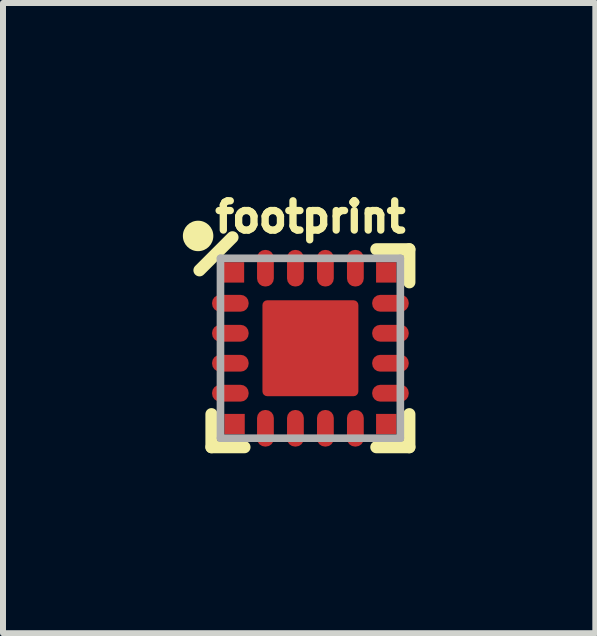
<source format=kicad_pcb>
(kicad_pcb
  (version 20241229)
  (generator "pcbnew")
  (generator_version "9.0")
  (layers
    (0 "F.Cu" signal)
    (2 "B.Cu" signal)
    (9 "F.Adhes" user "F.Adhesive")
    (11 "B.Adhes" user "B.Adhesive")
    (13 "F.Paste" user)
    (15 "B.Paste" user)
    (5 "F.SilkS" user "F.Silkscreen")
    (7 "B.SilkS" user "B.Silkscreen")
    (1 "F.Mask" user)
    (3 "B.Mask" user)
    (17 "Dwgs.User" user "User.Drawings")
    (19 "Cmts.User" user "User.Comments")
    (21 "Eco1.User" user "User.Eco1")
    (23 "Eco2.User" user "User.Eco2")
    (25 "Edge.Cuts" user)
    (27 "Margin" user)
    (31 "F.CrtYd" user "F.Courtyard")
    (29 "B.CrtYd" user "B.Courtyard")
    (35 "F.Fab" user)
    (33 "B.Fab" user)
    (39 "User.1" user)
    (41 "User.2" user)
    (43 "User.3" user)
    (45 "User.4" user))
  (footprint "footprint"
    (layer "F.Cu")
    (at 2.127 2.758)
    (property "Reference" "footprint" (at 0 -1.905 0) (layer "F.SilkS") (effects (font (size 0.488 0.488) (thickness 0.122)) (justify bottom)))
    (fp_poly (pts (xy 0.793 0.793) (xy -0.793 0.793) (xy -0.793 -0.793) (xy 0.793 -0.793)) (stroke (width 0) (type solid)) (fill yes) (layer "F.Mask"))
    (fp_line (start -1.65 1.65) (end -1.65 1.1) (stroke (width 0.203) (type solid)) (layer "F.SilkS"))
    (fp_line (start -1.3 -1.85) (end -1.85 -1.3) (stroke (width 0.203) (type solid)) (layer "F.SilkS"))
    (fp_line (start -1.1 1.65) (end -1.65 1.65) (stroke (width 0.203) (type solid)) (layer "F.SilkS"))
    (fp_line (start 1.1 -1.65) (end 1.65 -1.65) (stroke (width 0.203) (type solid)) (layer "F.SilkS"))
    (fp_line (start 1.65 -1.65) (end 1.65 -1.1) (stroke (width 0.203) (type solid)) (layer "F.SilkS"))
    (fp_line (start 1.65 1.1) (end 1.65 1.65) (stroke (width 0.203) (type solid)) (layer "F.SilkS"))
    (fp_line (start 1.65 1.65) (end 1.1 1.65) (stroke (width 0.203) (type solid)) (layer "F.SilkS"))
    (fp_circle (center -1.873 -1.873) (end -1.746 -1.873) (stroke (width 0.254) (type solid)) (fill yes) (layer "F.SilkS"))
    (fp_poly (pts (xy -0.699 -0.101) (xy -0.111 -0.101) (xy -0.111 -0.676) (xy -0.699 -0.676)) (stroke (width 0) (type solid)) (fill yes) (layer "F.Paste"))
    (fp_poly (pts (xy -0.692 0.676) (xy -0.098 0.676) (xy -0.098 0.062) (xy -0.692 0.062)) (stroke (width 0) (type solid)) (fill yes) (layer "F.Paste"))
    (fp_poly (pts (xy 0.046 0.679) (xy 0.656 0.679) (xy 0.656 0.072) (xy 0.046 0.072)) (stroke (width 0) (type solid)) (fill yes) (layer "F.Paste"))
    (fp_poly (pts (xy 0.049 -0.104) (xy 0.66 -0.104) (xy 0.66 -0.676) (xy 0.049 -0.676)) (stroke (width 0) (type solid)) (fill yes) (layer "F.Paste"))
    (fp_line (start -1.5 -1.5) (end 1.5 -1.5) (stroke (width 0.127) (type solid)) (layer "F.Fab"))
    (fp_line (start -1.5 1.5) (end -1.5 -1.5) (stroke (width 0.127) (type solid)) (layer "F.Fab"))
    (fp_line (start 1.5 -1.5) (end 1.5 1.5) (stroke (width 0.127) (type solid)) (layer "F.Fab"))
    (fp_line (start 1.5 1.5) (end -1.5 1.5) (stroke (width 0.127) (type solid)) (layer "F.Fab"))
    (pad "1" smd rect (at -1.275 -1.265) (size 0.34 0.34) (layers "F.Cu" "F.Mask" "F.Paste"))
    (pad "2" smd roundrect (at -1.335 -0.75 270) (size 0.28 0.61) (layers "F.Cu" "F.Mask" "F.Paste") (roundrect_rratio 0.475))
    (pad "3" smd roundrect (at -1.335 -0.25 270) (size 0.28 0.61) (layers "F.Cu" "F.Mask" "F.Paste") (roundrect_rratio 0.475))
    (pad "4" smd roundrect (at -1.335 0.25 270) (size 0.28 0.61) (layers "F.Cu" "F.Mask" "F.Paste") (roundrect_rratio 0.475))
    (pad "5" smd roundrect (at -1.335 0.75 270) (size 0.28 0.61) (layers "F.Cu" "F.Mask" "F.Paste") (roundrect_rratio 0.475))
    (pad "6" smd rect (at -1.265 1.265) (size 0.34 0.34) (layers "F.Cu" "F.Mask" "F.Paste"))
    (pad "7" smd roundrect (at -0.75 1.335 180) (size 0.28 0.61) (layers "F.Cu" "F.Mask" "F.Paste") (roundrect_rratio 0.475))
    (pad "8" smd roundrect (at -0.25 1.335 180) (size 0.28 0.61) (layers "F.Cu" "F.Mask" "F.Paste") (roundrect_rratio 0.475))
    (pad "9" smd roundrect (at 0.25 1.335 180) (size 0.28 0.61) (layers "F.Cu" "F.Mask" "F.Paste") (roundrect_rratio 0.475))
    (pad "10" smd roundrect (at 0.75 1.335 180) (size 0.28 0.61) (layers "F.Cu" "F.Mask" "F.Paste") (roundrect_rratio 0.475))
    (pad "11" smd rect (at 1.265 1.265) (size 0.34 0.34) (layers "F.Cu" "F.Mask" "F.Paste"))
    (pad "12" smd roundrect (at 1.335 0.75 90) (size 0.28 0.61) (layers "F.Cu" "F.Mask" "F.Paste") (roundrect_rratio 0.475))
    (pad "13" smd roundrect (at 1.335 0.25 90) (size 0.28 0.61) (layers "F.Cu" "F.Mask" "F.Paste") (roundrect_rratio 0.475))
    (pad "14" smd roundrect (at 1.335 -0.25 90) (size 0.28 0.61) (layers "F.Cu" "F.Mask" "F.Paste") (roundrect_rratio 0.475))
    (pad "15" smd roundrect (at 1.335 -0.75 90) (size 0.28 0.61) (layers "F.Cu" "F.Mask" "F.Paste") (roundrect_rratio 0.475))
    (pad "16" smd rect (at 1.265 -1.265) (size 0.34 0.34) (layers "F.Cu" "F.Mask" "F.Paste"))
    (pad "17" smd roundrect (at 0.75 -1.335) (size 0.28 0.61) (layers "F.Cu" "F.Mask" "F.Paste") (roundrect_rratio 0.475))
    (pad "18" smd roundrect (at 0.25 -1.335) (size 0.28 0.61) (layers "F.Cu" "F.Mask" "F.Paste") (roundrect_rratio 0.475))
    (pad "19" smd roundrect (at -0.25 -1.335) (size 0.28 0.61) (layers "F.Cu" "F.Mask" "F.Paste") (roundrect_rratio 0.475))
    (pad "20" smd roundrect (at -0.75 -1.335) (size 0.28 0.61) (layers "F.Cu" "F.Mask" "F.Paste") (roundrect_rratio 0.475))
    (pad "21" smd roundrect (at 0 0) (size 1.6 1.6) (layers "F.Cu") (roundrect_rratio 0.05)))
  (gr_rect
    (start -3 -3)
    (end 6.879 7.51)
    (stroke (width 0.1) (type default))
    (fill no)
    (layer "Edge.Cuts")))
</source>
